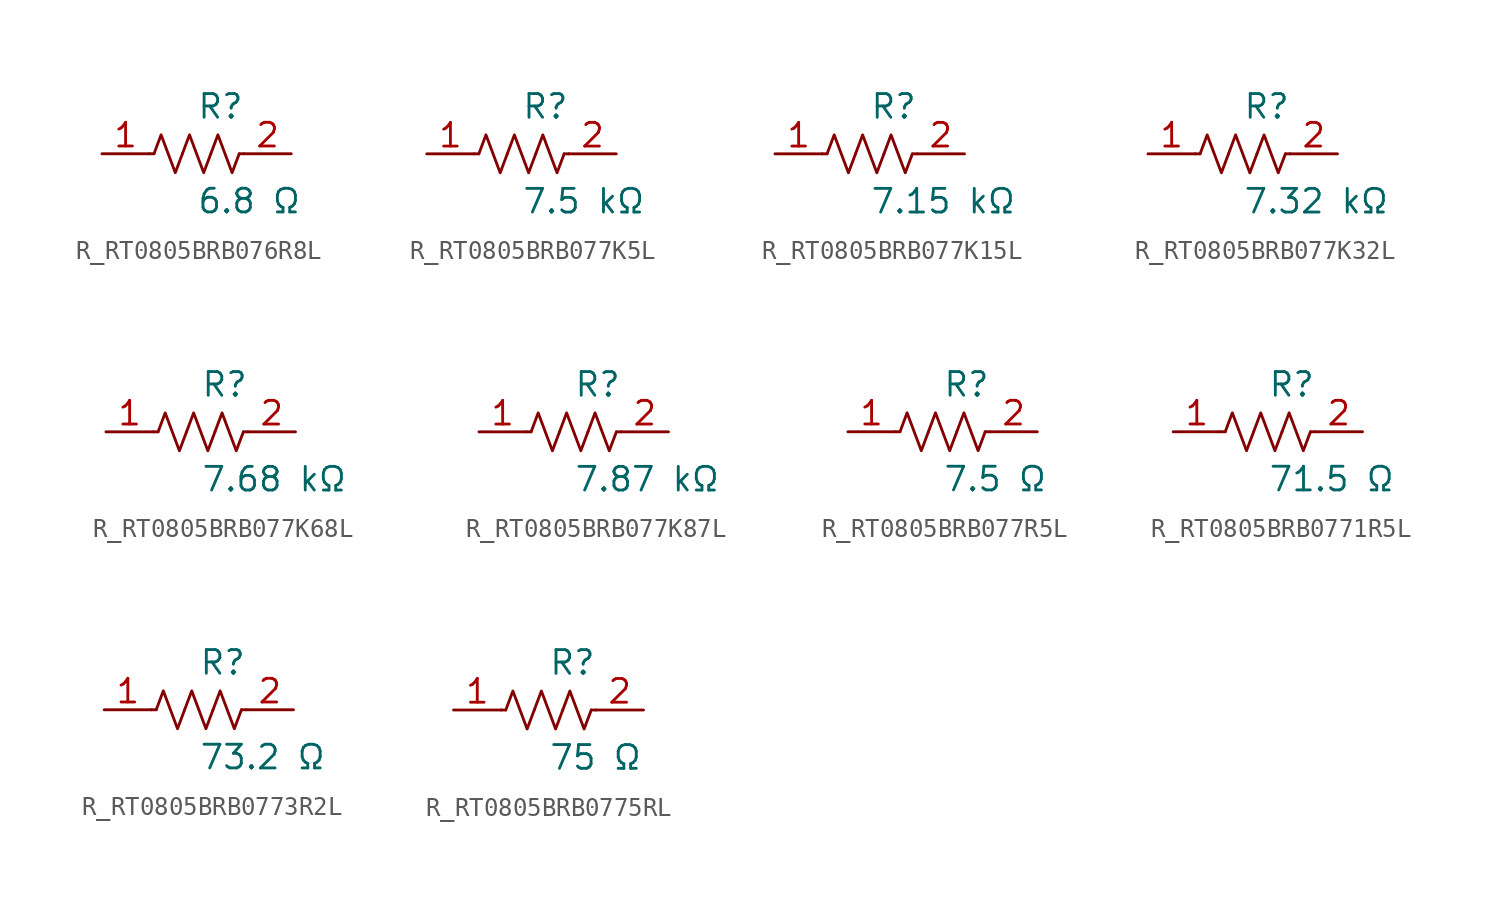
<source format=kicad_sym>
(kicad_symbol_lib
  (version 20231120)
  (generator kicad_symbol_editor)
  (generator_version 8.0)
  (symbol "R_RT0805BRB076R8L"
    (pin_names
      (offset 0.254))
    (property "Reference" "R"
      (at 0.0 2.54 0)
      (effects (font (size 1.27 1.27)) (justify left)))
    (property "Value" "6.8 Ω"
      (at 0.0 -2.54 0)
      (effects (font (size 1.27 1.27)) (justify left)))
    (symbol "R_RT0805BRB076R8L_0_1"
      (polyline (pts (xy 2.286 0) (xy 2.54 0)) (stroke (width 0) (type default)) (fill (type none)))
      (polyline (pts (xy -2.286 0) (xy -2.54 0)) (stroke (width 0) (type default)) (fill (type none)))
      (polyline (pts (xy 0.762 0) (xy 1.143 1.016) (xy 1.524 0) (xy 1.905 -1.016) (xy 2.286 0)) (stroke (width 0) (type default)) (fill (type none)))
      (polyline (pts (xy -0.762 0) (xy -0.381 1.016) (xy 0 0) (xy 0.381 -1.016) (xy 0.762 0)) (stroke (width 0) (type default)) (fill (type none)))
      (polyline (pts (xy -2.286 0) (xy -1.905 1.016) (xy -1.524 0) (xy -1.143 -1.016) (xy -0.762 0)) (stroke (width 0) (type default)) (fill (type none))))
    (pin unspecified line
      (at -5.08 0 0)
      (length 2.54)
      (name "" (effects (font (size 1.27 1.27))))
      (number "1" (effects (font (size 1.27 1.27)))))
    (pin unspecified line
      (at 5.08 0 180)
      (length 2.54)
      (name "" (effects (font (size 1.27 1.27))))
      (number "2" (effects (font (size 1.27 1.27))))))
  (symbol "R_RT0805BRB077K5L"
    (pin_names
      (offset 0.254))
    (property "Reference" "R"
      (at 0.0 2.54 0)
      (effects (font (size 1.27 1.27)) (justify left)))
    (property "Value" "7.5 kΩ"
      (at 0.0 -2.54 0)
      (effects (font (size 1.27 1.27)) (justify left)))
    (symbol "R_RT0805BRB077K5L_0_1"
      (polyline (pts (xy 2.286 0) (xy 2.54 0)) (stroke (width 0) (type default)) (fill (type none)))
      (polyline (pts (xy -2.286 0) (xy -2.54 0)) (stroke (width 0) (type default)) (fill (type none)))
      (polyline (pts (xy 0.762 0) (xy 1.143 1.016) (xy 1.524 0) (xy 1.905 -1.016) (xy 2.286 0)) (stroke (width 0) (type default)) (fill (type none)))
      (polyline (pts (xy -0.762 0) (xy -0.381 1.016) (xy 0 0) (xy 0.381 -1.016) (xy 0.762 0)) (stroke (width 0) (type default)) (fill (type none)))
      (polyline (pts (xy -2.286 0) (xy -1.905 1.016) (xy -1.524 0) (xy -1.143 -1.016) (xy -0.762 0)) (stroke (width 0) (type default)) (fill (type none))))
    (pin unspecified line
      (at -5.08 0 0)
      (length 2.54)
      (name "" (effects (font (size 1.27 1.27))))
      (number "1" (effects (font (size 1.27 1.27)))))
    (pin unspecified line
      (at 5.08 0 180)
      (length 2.54)
      (name "" (effects (font (size 1.27 1.27))))
      (number "2" (effects (font (size 1.27 1.27))))))
  (symbol "R_RT0805BRB077K15L"
    (pin_names
      (offset 0.254))
    (property "Reference" "R"
      (at 0.0 2.54 0)
      (effects (font (size 1.27 1.27)) (justify left)))
    (property "Value" "7.15 kΩ"
      (at 0.0 -2.54 0)
      (effects (font (size 1.27 1.27)) (justify left)))
    (symbol "R_RT0805BRB077K15L_0_1"
      (polyline (pts (xy 2.286 0) (xy 2.54 0)) (stroke (width 0) (type default)) (fill (type none)))
      (polyline (pts (xy -2.286 0) (xy -2.54 0)) (stroke (width 0) (type default)) (fill (type none)))
      (polyline (pts (xy 0.762 0) (xy 1.143 1.016) (xy 1.524 0) (xy 1.905 -1.016) (xy 2.286 0)) (stroke (width 0) (type default)) (fill (type none)))
      (polyline (pts (xy -0.762 0) (xy -0.381 1.016) (xy 0 0) (xy 0.381 -1.016) (xy 0.762 0)) (stroke (width 0) (type default)) (fill (type none)))
      (polyline (pts (xy -2.286 0) (xy -1.905 1.016) (xy -1.524 0) (xy -1.143 -1.016) (xy -0.762 0)) (stroke (width 0) (type default)) (fill (type none))))
    (pin unspecified line
      (at -5.08 0 0)
      (length 2.54)
      (name "" (effects (font (size 1.27 1.27))))
      (number "1" (effects (font (size 1.27 1.27)))))
    (pin unspecified line
      (at 5.08 0 180)
      (length 2.54)
      (name "" (effects (font (size 1.27 1.27))))
      (number "2" (effects (font (size 1.27 1.27))))))
  (symbol "R_RT0805BRB077K32L"
    (pin_names
      (offset 0.254))
    (property "Reference" "R"
      (at 0.0 2.54 0)
      (effects (font (size 1.27 1.27)) (justify left)))
    (property "Value" "7.32 kΩ"
      (at 0.0 -2.54 0)
      (effects (font (size 1.27 1.27)) (justify left)))
    (symbol "R_RT0805BRB077K32L_0_1"
      (polyline (pts (xy 2.286 0) (xy 2.54 0)) (stroke (width 0) (type default)) (fill (type none)))
      (polyline (pts (xy -2.286 0) (xy -2.54 0)) (stroke (width 0) (type default)) (fill (type none)))
      (polyline (pts (xy 0.762 0) (xy 1.143 1.016) (xy 1.524 0) (xy 1.905 -1.016) (xy 2.286 0)) (stroke (width 0) (type default)) (fill (type none)))
      (polyline (pts (xy -0.762 0) (xy -0.381 1.016) (xy 0 0) (xy 0.381 -1.016) (xy 0.762 0)) (stroke (width 0) (type default)) (fill (type none)))
      (polyline (pts (xy -2.286 0) (xy -1.905 1.016) (xy -1.524 0) (xy -1.143 -1.016) (xy -0.762 0)) (stroke (width 0) (type default)) (fill (type none))))
    (pin unspecified line
      (at -5.08 0 0)
      (length 2.54)
      (name "" (effects (font (size 1.27 1.27))))
      (number "1" (effects (font (size 1.27 1.27)))))
    (pin unspecified line
      (at 5.08 0 180)
      (length 2.54)
      (name "" (effects (font (size 1.27 1.27))))
      (number "2" (effects (font (size 1.27 1.27))))))
  (symbol "R_RT0805BRB077K68L"
    (pin_names
      (offset 0.254))
    (property "Reference" "R"
      (at 0.0 2.54 0)
      (effects (font (size 1.27 1.27)) (justify left)))
    (property "Value" "7.68 kΩ"
      (at 0.0 -2.54 0)
      (effects (font (size 1.27 1.27)) (justify left)))
    (symbol "R_RT0805BRB077K68L_0_1"
      (polyline (pts (xy 2.286 0) (xy 2.54 0)) (stroke (width 0) (type default)) (fill (type none)))
      (polyline (pts (xy -2.286 0) (xy -2.54 0)) (stroke (width 0) (type default)) (fill (type none)))
      (polyline (pts (xy 0.762 0) (xy 1.143 1.016) (xy 1.524 0) (xy 1.905 -1.016) (xy 2.286 0)) (stroke (width 0) (type default)) (fill (type none)))
      (polyline (pts (xy -0.762 0) (xy -0.381 1.016) (xy 0 0) (xy 0.381 -1.016) (xy 0.762 0)) (stroke (width 0) (type default)) (fill (type none)))
      (polyline (pts (xy -2.286 0) (xy -1.905 1.016) (xy -1.524 0) (xy -1.143 -1.016) (xy -0.762 0)) (stroke (width 0) (type default)) (fill (type none))))
    (pin unspecified line
      (at -5.08 0 0)
      (length 2.54)
      (name "" (effects (font (size 1.27 1.27))))
      (number "1" (effects (font (size 1.27 1.27)))))
    (pin unspecified line
      (at 5.08 0 180)
      (length 2.54)
      (name "" (effects (font (size 1.27 1.27))))
      (number "2" (effects (font (size 1.27 1.27))))))
  (symbol "R_RT0805BRB077K87L"
    (pin_names
      (offset 0.254))
    (property "Reference" "R"
      (at 0.0 2.54 0)
      (effects (font (size 1.27 1.27)) (justify left)))
    (property "Value" "7.87 kΩ"
      (at 0.0 -2.54 0)
      (effects (font (size 1.27 1.27)) (justify left)))
    (symbol "R_RT0805BRB077K87L_0_1"
      (polyline (pts (xy 2.286 0) (xy 2.54 0)) (stroke (width 0) (type default)) (fill (type none)))
      (polyline (pts (xy -2.286 0) (xy -2.54 0)) (stroke (width 0) (type default)) (fill (type none)))
      (polyline (pts (xy 0.762 0) (xy 1.143 1.016) (xy 1.524 0) (xy 1.905 -1.016) (xy 2.286 0)) (stroke (width 0) (type default)) (fill (type none)))
      (polyline (pts (xy -0.762 0) (xy -0.381 1.016) (xy 0 0) (xy 0.381 -1.016) (xy 0.762 0)) (stroke (width 0) (type default)) (fill (type none)))
      (polyline (pts (xy -2.286 0) (xy -1.905 1.016) (xy -1.524 0) (xy -1.143 -1.016) (xy -0.762 0)) (stroke (width 0) (type default)) (fill (type none))))
    (pin unspecified line
      (at -5.08 0 0)
      (length 2.54)
      (name "" (effects (font (size 1.27 1.27))))
      (number "1" (effects (font (size 1.27 1.27)))))
    (pin unspecified line
      (at 5.08 0 180)
      (length 2.54)
      (name "" (effects (font (size 1.27 1.27))))
      (number "2" (effects (font (size 1.27 1.27))))))
  (symbol "R_RT0805BRB077R5L"
    (pin_names
      (offset 0.254))
    (property "Reference" "R"
      (at 0.0 2.54 0)
      (effects (font (size 1.27 1.27)) (justify left)))
    (property "Value" "7.5 Ω"
      (at 0.0 -2.54 0)
      (effects (font (size 1.27 1.27)) (justify left)))
    (symbol "R_RT0805BRB077R5L_0_1"
      (polyline (pts (xy 2.286 0) (xy 2.54 0)) (stroke (width 0) (type default)) (fill (type none)))
      (polyline (pts (xy -2.286 0) (xy -2.54 0)) (stroke (width 0) (type default)) (fill (type none)))
      (polyline (pts (xy 0.762 0) (xy 1.143 1.016) (xy 1.524 0) (xy 1.905 -1.016) (xy 2.286 0)) (stroke (width 0) (type default)) (fill (type none)))
      (polyline (pts (xy -0.762 0) (xy -0.381 1.016) (xy 0 0) (xy 0.381 -1.016) (xy 0.762 0)) (stroke (width 0) (type default)) (fill (type none)))
      (polyline (pts (xy -2.286 0) (xy -1.905 1.016) (xy -1.524 0) (xy -1.143 -1.016) (xy -0.762 0)) (stroke (width 0) (type default)) (fill (type none))))
    (pin unspecified line
      (at -5.08 0 0)
      (length 2.54)
      (name "" (effects (font (size 1.27 1.27))))
      (number "1" (effects (font (size 1.27 1.27)))))
    (pin unspecified line
      (at 5.08 0 180)
      (length 2.54)
      (name "" (effects (font (size 1.27 1.27))))
      (number "2" (effects (font (size 1.27 1.27))))))
  (symbol "R_RT0805BRB0771R5L"
    (pin_names
      (offset 0.254))
    (property "Reference" "R"
      (at 0.0 2.54 0)
      (effects (font (size 1.27 1.27)) (justify left)))
    (property "Value" "71.5 Ω"
      (at 0.0 -2.54 0)
      (effects (font (size 1.27 1.27)) (justify left)))
    (symbol "R_RT0805BRB0771R5L_0_1"
      (polyline (pts (xy 2.286 0) (xy 2.54 0)) (stroke (width 0) (type default)) (fill (type none)))
      (polyline (pts (xy -2.286 0) (xy -2.54 0)) (stroke (width 0) (type default)) (fill (type none)))
      (polyline (pts (xy 0.762 0) (xy 1.143 1.016) (xy 1.524 0) (xy 1.905 -1.016) (xy 2.286 0)) (stroke (width 0) (type default)) (fill (type none)))
      (polyline (pts (xy -0.762 0) (xy -0.381 1.016) (xy 0 0) (xy 0.381 -1.016) (xy 0.762 0)) (stroke (width 0) (type default)) (fill (type none)))
      (polyline (pts (xy -2.286 0) (xy -1.905 1.016) (xy -1.524 0) (xy -1.143 -1.016) (xy -0.762 0)) (stroke (width 0) (type default)) (fill (type none))))
    (pin unspecified line
      (at -5.08 0 0)
      (length 2.54)
      (name "" (effects (font (size 1.27 1.27))))
      (number "1" (effects (font (size 1.27 1.27)))))
    (pin unspecified line
      (at 5.08 0 180)
      (length 2.54)
      (name "" (effects (font (size 1.27 1.27))))
      (number "2" (effects (font (size 1.27 1.27))))))
  (symbol "R_RT0805BRB0773R2L"
    (pin_names
      (offset 0.254))
    (property "Reference" "R"
      (at 0.0 2.54 0)
      (effects (font (size 1.27 1.27)) (justify left)))
    (property "Value" "73.2 Ω"
      (at 0.0 -2.54 0)
      (effects (font (size 1.27 1.27)) (justify left)))
    (symbol "R_RT0805BRB0773R2L_0_1"
      (polyline (pts (xy 2.286 0) (xy 2.54 0)) (stroke (width 0) (type default)) (fill (type none)))
      (polyline (pts (xy -2.286 0) (xy -2.54 0)) (stroke (width 0) (type default)) (fill (type none)))
      (polyline (pts (xy 0.762 0) (xy 1.143 1.016) (xy 1.524 0) (xy 1.905 -1.016) (xy 2.286 0)) (stroke (width 0) (type default)) (fill (type none)))
      (polyline (pts (xy -0.762 0) (xy -0.381 1.016) (xy 0 0) (xy 0.381 -1.016) (xy 0.762 0)) (stroke (width 0) (type default)) (fill (type none)))
      (polyline (pts (xy -2.286 0) (xy -1.905 1.016) (xy -1.524 0) (xy -1.143 -1.016) (xy -0.762 0)) (stroke (width 0) (type default)) (fill (type none))))
    (pin unspecified line
      (at -5.08 0 0)
      (length 2.54)
      (name "" (effects (font (size 1.27 1.27))))
      (number "1" (effects (font (size 1.27 1.27)))))
    (pin unspecified line
      (at 5.08 0 180)
      (length 2.54)
      (name "" (effects (font (size 1.27 1.27))))
      (number "2" (effects (font (size 1.27 1.27))))))
  (symbol "R_RT0805BRB0775RL"
    (pin_names
      (offset 0.254))
    (property "Reference" "R"
      (at 0.0 2.54 0)
      (effects (font (size 1.27 1.27)) (justify left)))
    (property "Value" "75 Ω"
      (at 0.0 -2.54 0)
      (effects (font (size 1.27 1.27)) (justify left)))
    (symbol "R_RT0805BRB0775RL_0_1"
      (polyline (pts (xy 2.286 0) (xy 2.54 0)) (stroke (width 0) (type default)) (fill (type none)))
      (polyline (pts (xy -2.286 0) (xy -2.54 0)) (stroke (width 0) (type default)) (fill (type none)))
      (polyline (pts (xy 0.762 0) (xy 1.143 1.016) (xy 1.524 0) (xy 1.905 -1.016) (xy 2.286 0)) (stroke (width 0) (type default)) (fill (type none)))
      (polyline (pts (xy -0.762 0) (xy -0.381 1.016) (xy 0 0) (xy 0.381 -1.016) (xy 0.762 0)) (stroke (width 0) (type default)) (fill (type none)))
      (polyline (pts (xy -2.286 0) (xy -1.905 1.016) (xy -1.524 0) (xy -1.143 -1.016) (xy -0.762 0)) (stroke (width 0) (type default)) (fill (type none))))
    (pin unspecified line
      (at -5.08 0 0)
      (length 2.54)
      (name "" (effects (font (size 1.27 1.27))))
      (number "1" (effects (font (size 1.27 1.27)))))
    (pin unspecified line
      (at 5.08 0 180)
      (length 2.54)
      (name "" (effects (font (size 1.27 1.27))))
      (number "2" (effects (font (size 1.27 1.27)))))))
</source>
